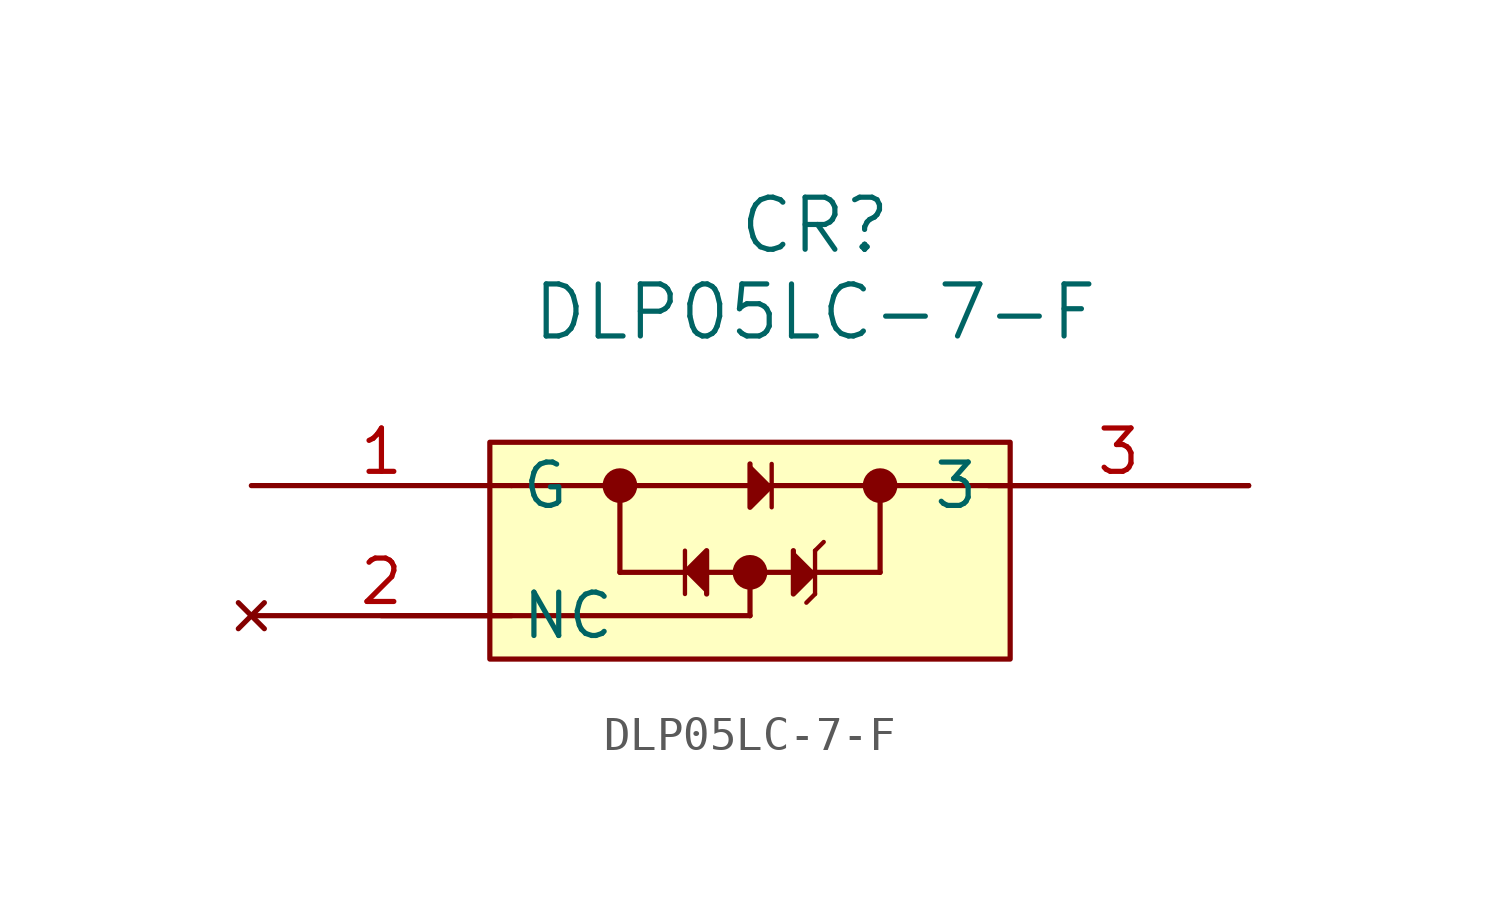
<source format=kicad_sym>
(kicad_symbol_lib
  (version 20231120)
  (generator "kicad_symbol_editor")
  (generator_version "8.0")
  (symbol "DLP05LC-7-F"
    (pin_names
      (offset 0.254))
    (property "Reference" "CR"
      (at 20.32 7.62 0)
      (effects (font (size 1.524 1.524))))
    (property "Value" "DLP05LC-7-F"
      (at 20.32 5.08 0)
      (effects (font (size 1.524 1.524))))
    (property "ki_locked" ""
      (at 0 0 0)
      (effects (font (size 1.27 1.27))))
    (symbol "DLP05LC-7-F_0_1"
      (polyline (pts (xy 16.51 -1.905) (xy 16.51 -3.175)) (stroke (width 0.127) (type default)) (fill (type none)))
      (polyline (pts (xy 19.05 0.635) (xy 19.05 -0.635)) (stroke (width 0.127) (type default)) (fill (type none)))
      (polyline (pts (xy 20.32 -3.175) (xy 20.066 -3.429)) (stroke (width 0.127) (type default)) (fill (type none)))
      (polyline (pts (xy 20.32 -1.905) (xy 20.32 -3.175)) (stroke (width 0.127) (type default)) (fill (type none)))
      (polyline (pts (xy 20.32 -1.905) (xy 20.574 -1.651)) (stroke (width 0.127) (type default)) (fill (type none)))
      (polyline (pts (xy 18.415 0.635) (xy 18.415 -0.635) (xy 19.05 0)) (stroke (width 0) (type default)) (fill (type outline)))
      (polyline (pts (xy 19.685 -1.905) (xy 19.685 -3.175) (xy 20.32 -2.54)) (stroke (width 0) (type default)) (fill (type outline)))
      (circle (center 14.605 0) (radius 0.0001) (stroke (width 0.508) (type default)) (fill (type none)))
      (circle (center 18.415 -2.54) (radius 0.0001) (stroke (width 0.508) (type default)) (fill (type none)))
      (circle (center 22.225 0) (radius 0.0001) (stroke (width 0.508) (type default)) (fill (type none)))
      (pin no_connect line (at 3.81 -3.81 0) (length 7.62) (name "NC" (effects (font (size 1.27 1.27)))) (number "2" (effects (font (size 1.27 1.27))))))
    (symbol "DLP05LC-7-F_1_1"
      (polyline (pts (xy 7.62 -3.81) (xy 18.415 -3.81)) (stroke (width 0) (type default)) (fill (type none)))
      (polyline (pts (xy 11.43 0) (xy 22.225 0)) (stroke (width 0) (type default)) (fill (type none)))
      (polyline (pts (xy 14.605 -2.54) (xy 22.225 -2.54)) (stroke (width 0) (type default)) (fill (type none)))
      (polyline (pts (xy 14.605 0) (xy 14.605 -2.54)) (stroke (width 0) (type default)) (fill (type none)))
      (polyline (pts (xy 18.415 -3.81) (xy 18.415 -2.54)) (stroke (width 0) (type default)) (fill (type none)))
      (polyline (pts (xy 22.225 0) (xy 22.225 -2.54)) (stroke (width 0) (type default)) (fill (type none)))
      (polyline (pts (xy 22.225 0) (xy 33.02 0)) (stroke (width 0) (type default)) (fill (type none)))
      (polyline (pts (xy 17.145 -3.175) (xy 17.145 -1.905) (xy 16.51 -2.54)) (stroke (width 0) (type default)) (fill (type outline)))
      (rectangle (start 10.795 1.27) (end 26.035 -5.08) (stroke (width 0) (type default)) (fill (type background)))
      (pin passive line (at 3.81 0 0) (length 7.62) (name "G" (effects (font (size 1.27 1.27)))) (number "1" (effects (font (size 1.27 1.27)))))
      (pin passive line (at 33.02 0 180) (length 7.62) (name "3" (effects (font (size 1.27 1.27)))) (number "3" (effects (font (size 1.27 1.27))))))))
</source>
